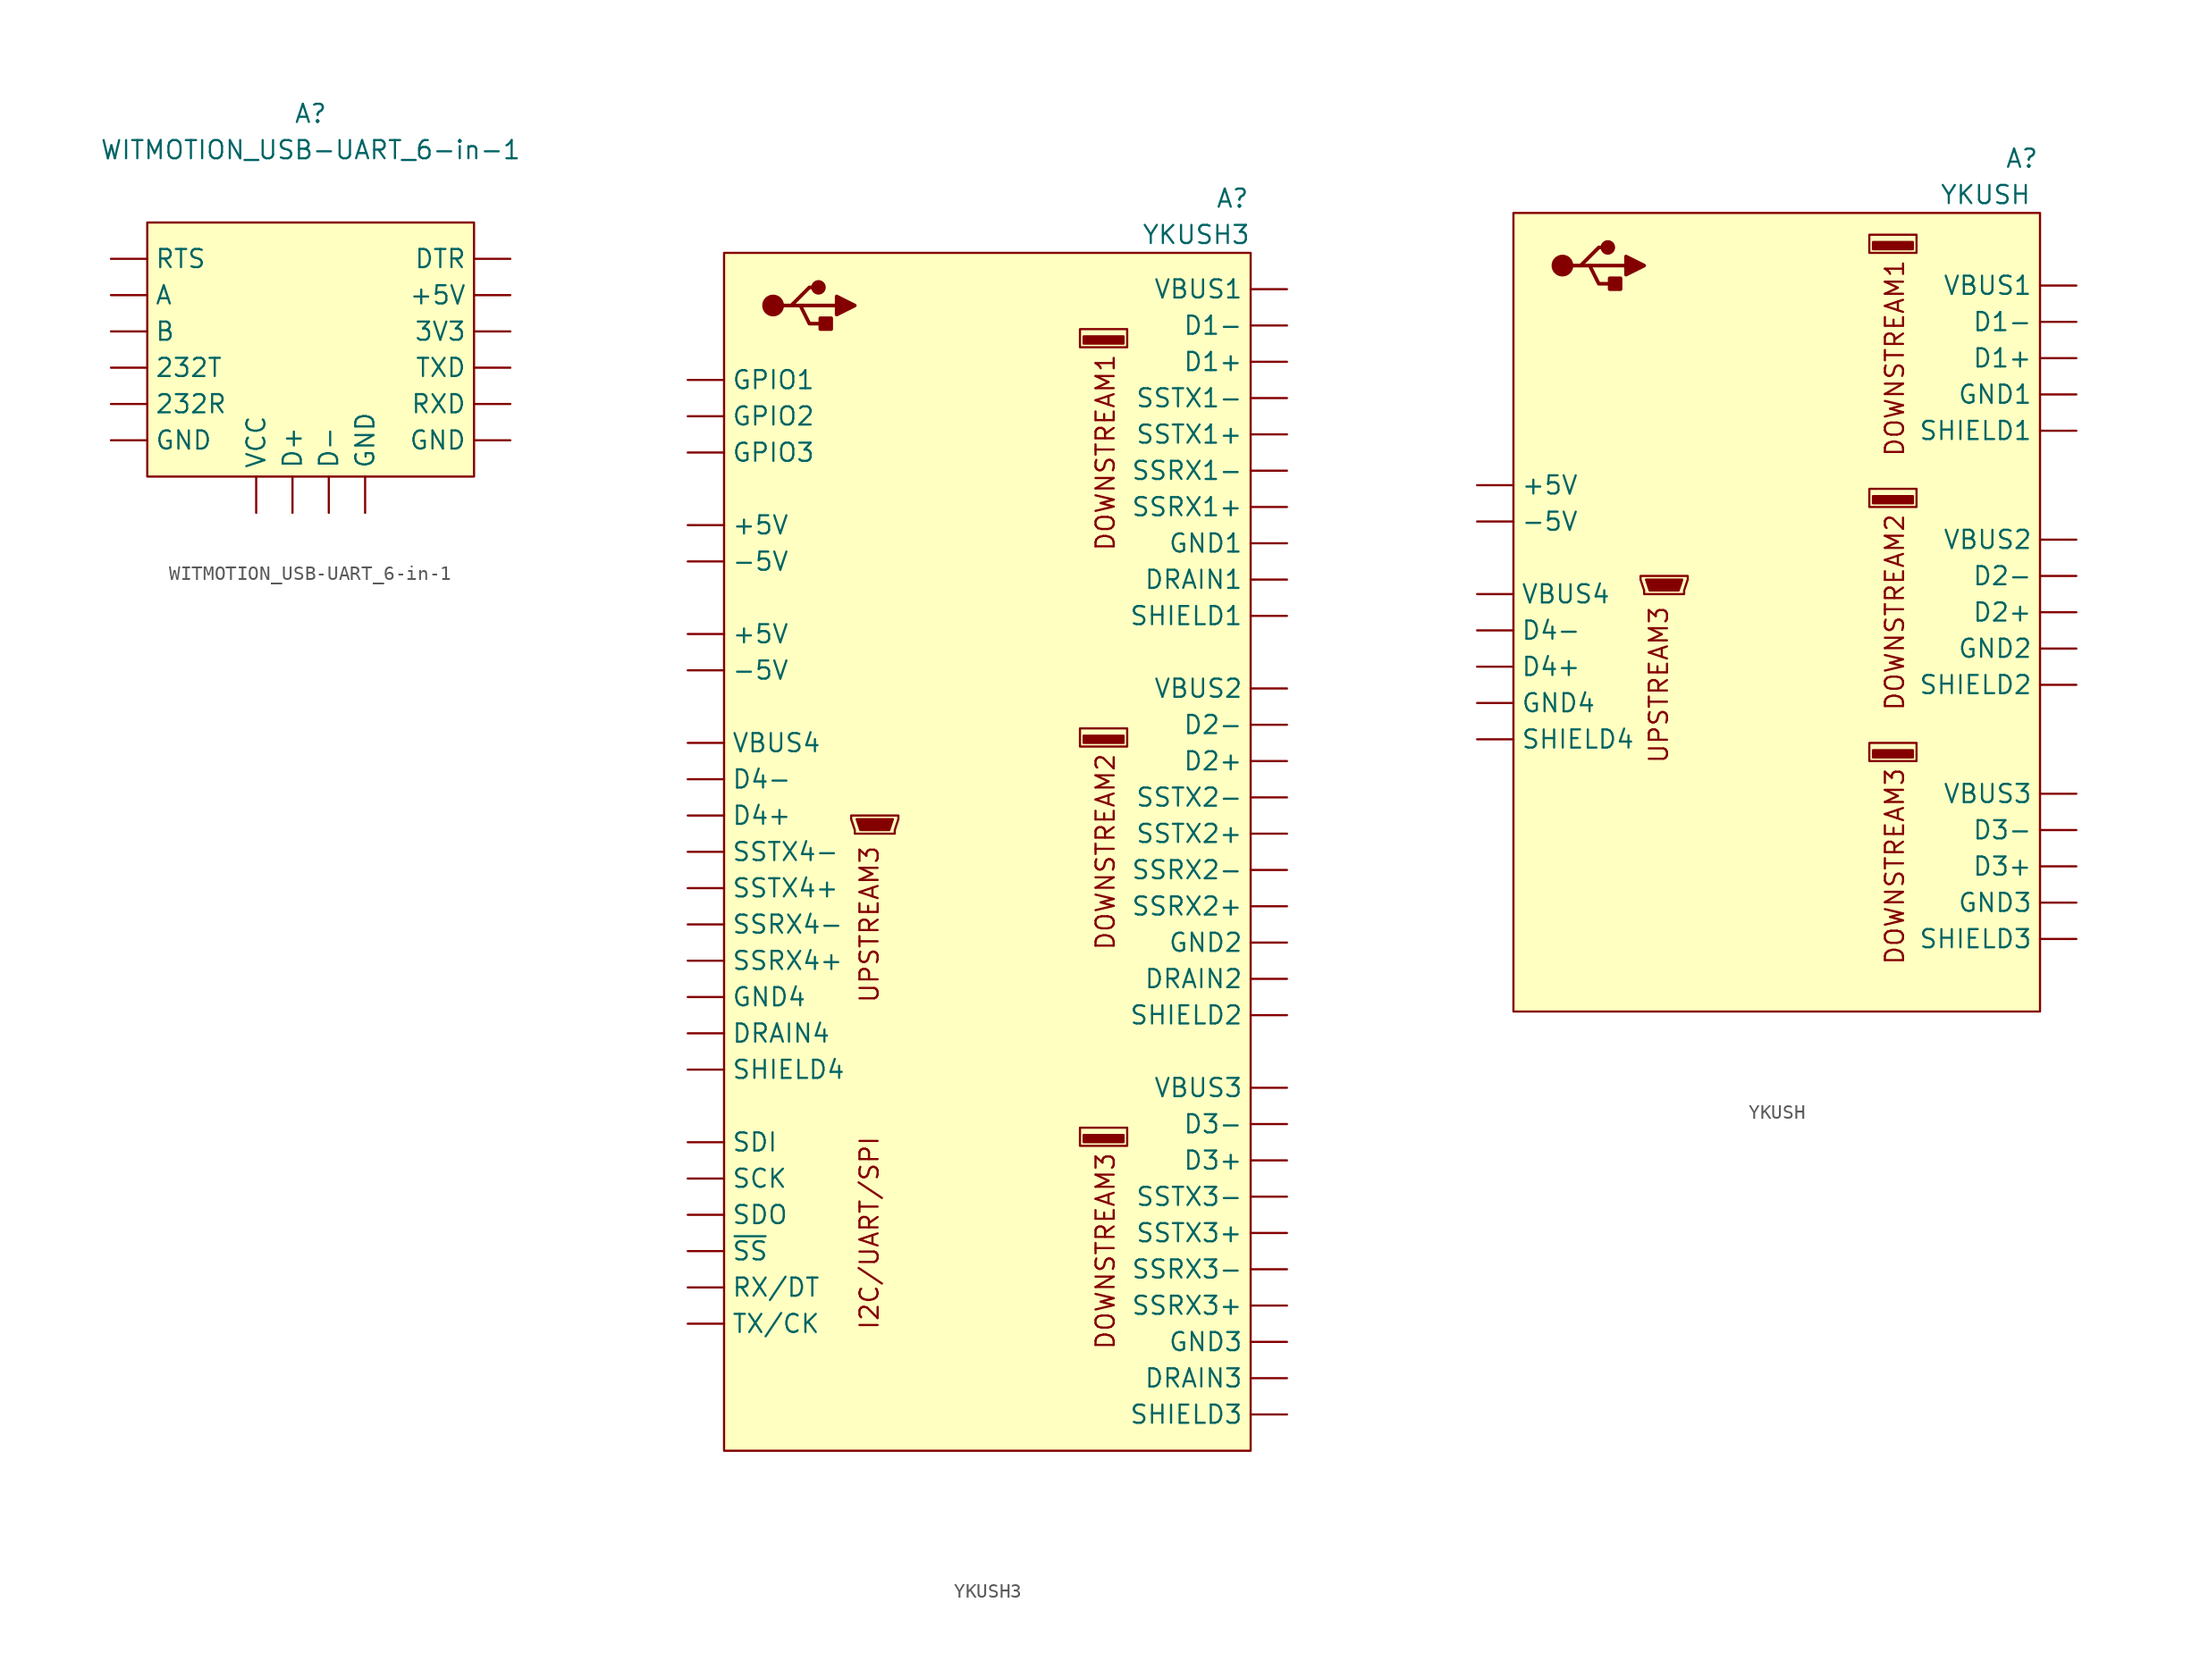
<source format=kicad_sym>
(kicad_symbol_lib
  (version 20211014)
  (generator kicad_symbol_editor)
  (symbol "WITMOTION_USB-UART_6-in-1"
    (property "Reference" "A"
      (at 0 13.97 0)
      (effects (font (size 1.27 1.27))))
    (property "Value" "WITMOTION_USB-UART_6-in-1"
      (at 0 11.43 0)
      (effects (font (size 1.27 1.27))))
    (symbol "WITMOTION_USB-UART_6-in-1_0_1"
      (rectangle (start -11.43 6.35) (end 11.43 -11.43) (stroke (width 0) (type default) (color 0 0 0 0)) (fill (type background))))
    (symbol "WITMOTION_USB-UART_6-in-1_1_1"
      (pin bidirectional line (at 13.97 1.27 180) (length 2.54) (name "+5V" (effects (font (size 1.27 1.27)))) (number "" (effects (font (size 1.27 1.27)))))
      (pin bidirectional line (at -13.97 -6.35 0) (length 2.54) (name "232R" (effects (font (size 1.27 1.27)))) (number "" (effects (font (size 1.27 1.27)))))
      (pin bidirectional line (at -13.97 -3.81 0) (length 2.54) (name "232T" (effects (font (size 1.27 1.27)))) (number "" (effects (font (size 1.27 1.27)))))
      (pin bidirectional line (at 13.97 -1.27 180) (length 2.54) (name "3V3" (effects (font (size 1.27 1.27)))) (number "" (effects (font (size 1.27 1.27)))))
      (pin bidirectional line (at -13.97 1.27 0) (length 2.54) (name "A" (effects (font (size 1.27 1.27)))) (number "" (effects (font (size 1.27 1.27)))))
      (pin bidirectional line (at -13.97 -1.27 0) (length 2.54) (name "B" (effects (font (size 1.27 1.27)))) (number "" (effects (font (size 1.27 1.27)))))
      (pin bidirectional line (at -1.27 -13.97 90) (length 2.54) (name "D+" (effects (font (size 1.27 1.27)))) (number "" (effects (font (size 1.27 1.27)))))
      (pin bidirectional line (at 1.27 -13.97 90) (length 2.54) (name "D-" (effects (font (size 1.27 1.27)))) (number "" (effects (font (size 1.27 1.27)))))
      (pin bidirectional line (at 13.97 3.81 180) (length 2.54) (name "DTR" (effects (font (size 1.27 1.27)))) (number "" (effects (font (size 1.27 1.27)))))
      (pin bidirectional line (at -13.97 -8.89 0) (length 2.54) (name "GND" (effects (font (size 1.27 1.27)))) (number "" (effects (font (size 1.27 1.27)))))
      (pin bidirectional line (at 3.81 -13.97 90) (length 2.54) (name "GND" (effects (font (size 1.27 1.27)))) (number "" (effects (font (size 1.27 1.27)))))
      (pin bidirectional line (at 13.97 -8.89 180) (length 2.54) (name "GND" (effects (font (size 1.27 1.27)))) (number "" (effects (font (size 1.27 1.27)))))
      (pin bidirectional line (at -13.97 3.81 0) (length 2.54) (name "RTS" (effects (font (size 1.27 1.27)))) (number "" (effects (font (size 1.27 1.27)))))
      (pin bidirectional line (at 13.97 -6.35 180) (length 2.54) (name "RXD" (effects (font (size 1.27 1.27)))) (number "" (effects (font (size 1.27 1.27)))))
      (pin bidirectional line (at 13.97 -3.81 180) (length 2.54) (name "TXD" (effects (font (size 1.27 1.27)))) (number "" (effects (font (size 1.27 1.27)))))
      (pin bidirectional line (at -3.81 -13.97 90) (length 2.54) (name "VCC" (effects (font (size 1.27 1.27)))) (number "" (effects (font (size 1.27 1.27)))))))
  (symbol "YKUSH3"
    (property "Reference" "A"
      (at 16.51 45.72 0)
      (effects (font (size 1.27 1.27))))
    (property "Value" "YKUSH3"
      (at 13.97 43.18 0)
      (effects (font (size 1.27 1.27))))
    (symbol "YKUSH3_0_0"
      (text "DOWNSTREAM1" (at 7.62 27.94 900) (effects (font (size 1.27 1.27))))
      (text "DOWNSTREAM2" (at 7.62 0 900) (effects (font (size 1.27 1.27))))
      (text "DOWNSTREAM3" (at 7.62 -27.94 900) (effects (font (size 1.27 1.27))))
      (text "I2C/UART/SPI" (at -8.89 -26.67 900) (effects (font (size 1.27 1.27))))
      (text "UPSTREAM3" (at -8.89 -5.08 900) (effects (font (size 1.27 1.27)))))
    (symbol "YKUSH3_0_1"
      (rectangle (start -19.05 41.91) (end 17.78 -41.91) (stroke (width 0) (type default) (color 0 0 0 0)) (fill (type background)))
      (circle (center -15.621 38.227) (radius 0.635) (stroke (width 0.254) (type default) (color 0 0 0 0)) (fill (type outline)))
      (circle (center -12.446 39.497) (radius 0.381) (stroke (width 0.254) (type default) (color 0 0 0 0)) (fill (type outline)))
      (rectangle (start -11.557 37.338) (end -12.319 36.576) (stroke (width 0.254) (type default) (color 0 0 0 0)) (fill (type outline)))
      (polyline (pts (xy -13.716 38.227) (xy -11.176 38.227)) (stroke (width 0.254) (type default) (color 0 0 0 0)) (fill (type none)))
      (polyline (pts (xy -14.986 38.227) (xy -14.351 38.227) (xy -13.081 39.497) (xy -12.446 39.497)) (stroke (width 0.254) (type default) (color 0 0 0 0)) (fill (type none)))
      (polyline (pts (xy -14.351 38.227) (xy -13.716 38.227) (xy -13.081 36.957) (xy -11.811 36.957)) (stroke (width 0.254) (type default) (color 0 0 0 0)) (fill (type none)))
      (polyline (pts (xy -11.176 38.862) (xy -11.176 37.592) (xy -9.906 38.227) (xy -11.176 38.862)) (stroke (width 0.254) (type default) (color 0 0 0 0)) (fill (type outline)))
      (polyline (pts (xy -9.779 2.286) (xy -7.239 2.286) (xy -7.493 1.524) (xy -9.525 1.524) (xy -9.779 2.286)) (stroke (width 0) (type default) (color 0 0 0 0)) (fill (type outline)))
      (polyline (pts (xy -10.16 2.54) (xy -10.16 2.286) (xy -9.906 1.524) (xy -9.906 1.27) (xy -7.112 1.27) (xy -7.112 1.524) (xy -6.858 2.286) (xy -6.858 2.54) (xy -10.16 2.54)) (stroke (width 0) (type default) (color 0 0 0 0)) (fill (type none)))
      (rectangle (start 8.89 -20.32) (end 6.096 -19.812) (stroke (width 0) (type default) (color 0 0 0 0)) (fill (type outline)))
      (rectangle (start 8.89 7.62) (end 6.096 8.128) (stroke (width 0) (type default) (color 0 0 0 0)) (fill (type outline)))
      (rectangle (start 8.89 35.56) (end 6.096 36.068) (stroke (width 0) (type default) (color 0 0 0 0)) (fill (type outline)))
      (rectangle (start 9.144 -20.574) (end 5.842 -19.304) (stroke (width 0) (type default) (color 0 0 0 0)) (fill (type none)))
      (rectangle (start 9.144 7.366) (end 5.842 8.636) (stroke (width 0) (type default) (color 0 0 0 0)) (fill (type none)))
      (rectangle (start 9.144 35.306) (end 5.842 36.576) (stroke (width 0) (type default) (color 0 0 0 0)) (fill (type none))))
    (symbol "YKUSH3_1_1"
      (pin power_in line (at -21.59 15.24 0) (length 2.54) (name "+5V" (effects (font (size 1.27 1.27)))) (number "" (effects (font (size 1.27 1.27)))))
      (pin power_out line (at -21.59 22.86 0) (length 2.54) (name "+5V" (effects (font (size 1.27 1.27)))) (number "" (effects (font (size 1.27 1.27)))))
      (pin power_in line (at -21.59 12.7 0) (length 2.54) (name "-5V" (effects (font (size 1.27 1.27)))) (number "" (effects (font (size 1.27 1.27)))))
      (pin power_out line (at -21.59 20.32 0) (length 2.54) (name "-5V" (effects (font (size 1.27 1.27)))) (number "" (effects (font (size 1.27 1.27)))))
      (pin bidirectional line (at 20.32 34.29 180) (length 2.54) (name "D1+" (effects (font (size 1.27 1.27)))) (number "" (effects (font (size 1.27 1.27)))))
      (pin bidirectional line (at 20.32 36.83 180) (length 2.54) (name "D1-" (effects (font (size 1.27 1.27)))) (number "" (effects (font (size 1.27 1.27)))))
      (pin bidirectional line (at 20.32 6.35 180) (length 2.54) (name "D2+" (effects (font (size 1.27 1.27)))) (number "" (effects (font (size 1.27 1.27)))))
      (pin bidirectional line (at 20.32 8.89 180) (length 2.54) (name "D2-" (effects (font (size 1.27 1.27)))) (number "" (effects (font (size 1.27 1.27)))))
      (pin bidirectional line (at 20.32 -21.59 180) (length 2.54) (name "D3+" (effects (font (size 1.27 1.27)))) (number "" (effects (font (size 1.27 1.27)))))
      (pin bidirectional line (at 20.32 -19.05 180) (length 2.54) (name "D3-" (effects (font (size 1.27 1.27)))) (number "" (effects (font (size 1.27 1.27)))))
      (pin bidirectional line (at -21.59 2.54 0) (length 2.54) (name "D4+" (effects (font (size 1.27 1.27)))) (number "" (effects (font (size 1.27 1.27)))))
      (pin bidirectional line (at -21.59 5.08 0) (length 2.54) (name "D4-" (effects (font (size 1.27 1.27)))) (number "" (effects (font (size 1.27 1.27)))))
      (pin passive line (at 20.32 19.05 180) (length 2.54) (name "DRAIN1" (effects (font (size 1.27 1.27)))) (number "" (effects (font (size 1.27 1.27)))))
      (pin passive line (at 20.32 -8.89 180) (length 2.54) (name "DRAIN2" (effects (font (size 1.27 1.27)))) (number "" (effects (font (size 1.27 1.27)))))
      (pin passive line (at 20.32 -36.83 180) (length 2.54) (name "DRAIN3" (effects (font (size 1.27 1.27)))) (number "" (effects (font (size 1.27 1.27)))))
      (pin passive line (at -21.59 -12.7 0) (length 2.54) (name "DRAIN4" (effects (font (size 1.27 1.27)))) (number "" (effects (font (size 1.27 1.27)))))
      (pin power_out line (at 20.32 21.59 180) (length 2.54) (name "GND1" (effects (font (size 1.27 1.27)))) (number "" (effects (font (size 1.27 1.27)))))
      (pin power_out line (at 20.32 -6.35 180) (length 2.54) (name "GND2" (effects (font (size 1.27 1.27)))) (number "" (effects (font (size 1.27 1.27)))))
      (pin power_out line (at 20.32 -34.29 180) (length 2.54) (name "GND3" (effects (font (size 1.27 1.27)))) (number "" (effects (font (size 1.27 1.27)))))
      (pin power_in line (at -21.59 -10.16 0) (length 2.54) (name "GND4" (effects (font (size 1.27 1.27)))) (number "" (effects (font (size 1.27 1.27)))))
      (pin bidirectional line (at -21.59 33.02 0) (length 2.54) (name "GPIO1" (effects (font (size 1.27 1.27)))) (number "" (effects (font (size 1.27 1.27)))))
      (pin bidirectional line (at -21.59 30.48 0) (length 2.54) (name "GPIO2" (effects (font (size 1.27 1.27)))) (number "" (effects (font (size 1.27 1.27)))))
      (pin bidirectional line (at -21.59 27.94 0) (length 2.54) (name "GPIO3" (effects (font (size 1.27 1.27)))) (number "" (effects (font (size 1.27 1.27)))))
      (pin bidirectional line (at -21.59 -30.48 0) (length 2.54) (name "RX/DT" (effects (font (size 1.27 1.27)))) (number "" (effects (font (size 1.27 1.27)))))
      (pin bidirectional line (at -21.59 -22.86 0) (length 2.54) (name "SCK" (effects (font (size 1.27 1.27)))) (number "" (effects (font (size 1.27 1.27)))))
      (pin bidirectional line (at -21.59 -20.32 0) (length 2.54) (name "SDI" (effects (font (size 1.27 1.27)))) (number "" (effects (font (size 1.27 1.27)))))
      (pin bidirectional line (at -21.59 -25.4 0) (length 2.54) (name "SDO" (effects (font (size 1.27 1.27)))) (number "" (effects (font (size 1.27 1.27)))))
      (pin passive line (at 20.32 16.51 180) (length 2.54) (name "SHIELD1" (effects (font (size 1.27 1.27)))) (number "" (effects (font (size 1.27 1.27)))))
      (pin passive line (at 20.32 -11.43 180) (length 2.54) (name "SHIELD2" (effects (font (size 1.27 1.27)))) (number "" (effects (font (size 1.27 1.27)))))
      (pin passive line (at 20.32 -39.37 180) (length 2.54) (name "SHIELD3" (effects (font (size 1.27 1.27)))) (number "" (effects (font (size 1.27 1.27)))))
      (pin passive line (at -21.59 -15.24 0) (length 2.54) (name "SHIELD4" (effects (font (size 1.27 1.27)))) (number "" (effects (font (size 1.27 1.27)))))
      (pin input line (at 20.32 24.13 180) (length 2.54) (name "SSRX1+" (effects (font (size 1.27 1.27)))) (number "" (effects (font (size 1.27 1.27)))))
      (pin input line (at 20.32 26.67 180) (length 2.54) (name "SSRX1-" (effects (font (size 1.27 1.27)))) (number "" (effects (font (size 1.27 1.27)))))
      (pin input line (at 20.32 -3.81 180) (length 2.54) (name "SSRX2+" (effects (font (size 1.27 1.27)))) (number "" (effects (font (size 1.27 1.27)))))
      (pin input line (at 20.32 -1.27 180) (length 2.54) (name "SSRX2-" (effects (font (size 1.27 1.27)))) (number "" (effects (font (size 1.27 1.27)))))
      (pin input line (at 20.32 -31.75 180) (length 2.54) (name "SSRX3+" (effects (font (size 1.27 1.27)))) (number "" (effects (font (size 1.27 1.27)))))
      (pin input line (at 20.32 -29.21 180) (length 2.54) (name "SSRX3-" (effects (font (size 1.27 1.27)))) (number "" (effects (font (size 1.27 1.27)))))
      (pin input line (at -21.59 -7.62 0) (length 2.54) (name "SSRX4+" (effects (font (size 1.27 1.27)))) (number "" (effects (font (size 1.27 1.27)))))
      (pin input line (at -21.59 -5.08 0) (length 2.54) (name "SSRX4-" (effects (font (size 1.27 1.27)))) (number "" (effects (font (size 1.27 1.27)))))
      (pin output line (at 20.32 29.21 180) (length 2.54) (name "SSTX1+" (effects (font (size 1.27 1.27)))) (number "" (effects (font (size 1.27 1.27)))))
      (pin output line (at 20.32 31.75 180) (length 2.54) (name "SSTX1-" (effects (font (size 1.27 1.27)))) (number "" (effects (font (size 1.27 1.27)))))
      (pin output line (at 20.32 1.27 180) (length 2.54) (name "SSTX2+" (effects (font (size 1.27 1.27)))) (number "" (effects (font (size 1.27 1.27)))))
      (pin output line (at 20.32 3.81 180) (length 2.54) (name "SSTX2-" (effects (font (size 1.27 1.27)))) (number "" (effects (font (size 1.27 1.27)))))
      (pin output line (at 20.32 -26.67 180) (length 2.54) (name "SSTX3+" (effects (font (size 1.27 1.27)))) (number "" (effects (font (size 1.27 1.27)))))
      (pin output line (at 20.32 -24.13 180) (length 2.54) (name "SSTX3-" (effects (font (size 1.27 1.27)))) (number "" (effects (font (size 1.27 1.27)))))
      (pin output line (at -21.59 -2.54 0) (length 2.54) (name "SSTX4+" (effects (font (size 1.27 1.27)))) (number "" (effects (font (size 1.27 1.27)))))
      (pin output line (at -21.59 0 0) (length 2.54) (name "SSTX4-" (effects (font (size 1.27 1.27)))) (number "" (effects (font (size 1.27 1.27)))))
      (pin bidirectional line (at -21.59 -33.02 0) (length 2.54) (name "TX/CK" (effects (font (size 1.27 1.27)))) (number "" (effects (font (size 1.27 1.27)))))
      (pin power_out line (at 20.32 39.37 180) (length 2.54) (name "VBUS1" (effects (font (size 1.27 1.27)))) (number "" (effects (font (size 1.27 1.27)))))
      (pin power_out line (at 20.32 11.43 180) (length 2.54) (name "VBUS2" (effects (font (size 1.27 1.27)))) (number "" (effects (font (size 1.27 1.27)))))
      (pin power_out line (at 20.32 -16.51 180) (length 2.54) (name "VBUS3" (effects (font (size 1.27 1.27)))) (number "" (effects (font (size 1.27 1.27)))))
      (pin power_in line (at -21.59 7.62 0) (length 2.54) (name "VBUS4" (effects (font (size 1.27 1.27)))) (number "" (effects (font (size 1.27 1.27)))))
      (pin bidirectional line (at -21.59 -27.94 0) (length 2.54) (name "~{SS}" (effects (font (size 1.27 1.27)))) (number "" (effects (font (size 1.27 1.27)))))))
  (symbol "YKUSH"
    (property "Reference" "A"
      (at 16.51 31.75 0)
      (effects (font (size 1.27 1.27))))
    (property "Value" "YKUSH"
      (at 13.97 29.21 0)
      (effects (font (size 1.27 1.27))))
    (symbol "YKUSH_0_0"
      (text "DOWNSTREAM1" (at 7.62 17.78 900) (effects (font (size 1.27 1.27))))
      (text "DOWNSTREAM2" (at 7.62 0 900) (effects (font (size 1.27 1.27))))
      (text "DOWNSTREAM3" (at 7.62 -17.78 900) (effects (font (size 1.27 1.27))))
      (text "UPSTREAM3" (at -8.89 -5.08 900) (effects (font (size 1.27 1.27)))))
    (symbol "YKUSH_0_1"
      (rectangle (start -19.05 27.94) (end 17.78 -27.94) (stroke (width 0) (type default) (color 0 0 0 0)) (fill (type background)))
      (circle (center -15.621 24.257) (radius 0.635) (stroke (width 0.254) (type default) (color 0 0 0 0)) (fill (type outline)))
      (circle (center -12.446 25.527) (radius 0.381) (stroke (width 0.254) (type default) (color 0 0 0 0)) (fill (type outline)))
      (rectangle (start -11.557 23.368) (end -12.319 22.606) (stroke (width 0.254) (type default) (color 0 0 0 0)) (fill (type outline)))
      (polyline (pts (xy -13.716 24.257) (xy -11.176 24.257)) (stroke (width 0.254) (type default) (color 0 0 0 0)) (fill (type none)))
      (polyline (pts (xy -14.986 24.257) (xy -14.351 24.257) (xy -13.081 25.527) (xy -12.446 25.527)) (stroke (width 0.254) (type default) (color 0 0 0 0)) (fill (type none)))
      (polyline (pts (xy -14.351 24.257) (xy -13.716 24.257) (xy -13.081 22.987) (xy -11.811 22.987)) (stroke (width 0.254) (type default) (color 0 0 0 0)) (fill (type none)))
      (polyline (pts (xy -11.176 24.892) (xy -11.176 23.622) (xy -9.906 24.257) (xy -11.176 24.892)) (stroke (width 0.254) (type default) (color 0 0 0 0)) (fill (type outline)))
      (polyline (pts (xy -9.779 2.286) (xy -7.239 2.286) (xy -7.493 1.524) (xy -9.525 1.524) (xy -9.779 2.286)) (stroke (width 0) (type default) (color 0 0 0 0)) (fill (type outline)))
      (polyline (pts (xy -10.16 2.54) (xy -10.16 2.286) (xy -9.906 1.524) (xy -9.906 1.27) (xy -7.112 1.27) (xy -7.112 1.524) (xy -6.858 2.286) (xy -6.858 2.54) (xy -10.16 2.54)) (stroke (width 0) (type default) (color 0 0 0 0)) (fill (type none)))
      (rectangle (start 8.89 -10.16) (end 6.096 -9.652) (stroke (width 0) (type default) (color 0 0 0 0)) (fill (type outline)))
      (rectangle (start 8.89 7.62) (end 6.096 8.128) (stroke (width 0) (type default) (color 0 0 0 0)) (fill (type outline)))
      (rectangle (start 8.89 25.4) (end 6.096 25.908) (stroke (width 0) (type default) (color 0 0 0 0)) (fill (type outline)))
      (rectangle (start 9.144 -10.414) (end 5.842 -9.144) (stroke (width 0) (type default) (color 0 0 0 0)) (fill (type none)))
      (rectangle (start 9.144 7.366) (end 5.842 8.636) (stroke (width 0) (type default) (color 0 0 0 0)) (fill (type none)))
      (rectangle (start 9.144 25.146) (end 5.842 26.416) (stroke (width 0) (type default) (color 0 0 0 0)) (fill (type none))))
    (symbol "YKUSH_1_1"
      (pin power_in line (at -21.59 8.89 0) (length 2.54) (name "+5V" (effects (font (size 1.27 1.27)))) (number "" (effects (font (size 1.27 1.27)))))
      (pin power_in line (at -21.59 6.35 0) (length 2.54) (name "-5V" (effects (font (size 1.27 1.27)))) (number "" (effects (font (size 1.27 1.27)))))
      (pin bidirectional line (at 20.32 17.78 180) (length 2.54) (name "D1+" (effects (font (size 1.27 1.27)))) (number "" (effects (font (size 1.27 1.27)))))
      (pin bidirectional line (at 20.32 20.32 180) (length 2.54) (name "D1-" (effects (font (size 1.27 1.27)))) (number "" (effects (font (size 1.27 1.27)))))
      (pin bidirectional line (at 20.32 0 180) (length 2.54) (name "D2+" (effects (font (size 1.27 1.27)))) (number "" (effects (font (size 1.27 1.27)))))
      (pin bidirectional line (at 20.32 2.54 180) (length 2.54) (name "D2-" (effects (font (size 1.27 1.27)))) (number "" (effects (font (size 1.27 1.27)))))
      (pin bidirectional line (at 20.32 -17.78 180) (length 2.54) (name "D3+" (effects (font (size 1.27 1.27)))) (number "" (effects (font (size 1.27 1.27)))))
      (pin bidirectional line (at 20.32 -15.24 180) (length 2.54) (name "D3-" (effects (font (size 1.27 1.27)))) (number "" (effects (font (size 1.27 1.27)))))
      (pin bidirectional line (at -21.59 -3.81 0) (length 2.54) (name "D4+" (effects (font (size 1.27 1.27)))) (number "" (effects (font (size 1.27 1.27)))))
      (pin bidirectional line (at -21.59 -1.27 0) (length 2.54) (name "D4-" (effects (font (size 1.27 1.27)))) (number "" (effects (font (size 1.27 1.27)))))
      (pin power_out line (at 20.32 15.24 180) (length 2.54) (name "GND1" (effects (font (size 1.27 1.27)))) (number "" (effects (font (size 1.27 1.27)))))
      (pin power_out line (at 20.32 -2.54 180) (length 2.54) (name "GND2" (effects (font (size 1.27 1.27)))) (number "" (effects (font (size 1.27 1.27)))))
      (pin power_out line (at 20.32 -20.32 180) (length 2.54) (name "GND3" (effects (font (size 1.27 1.27)))) (number "" (effects (font (size 1.27 1.27)))))
      (pin power_in line (at -21.59 -6.35 0) (length 2.54) (name "GND4" (effects (font (size 1.27 1.27)))) (number "" (effects (font (size 1.27 1.27)))))
      (pin passive line (at 20.32 12.7 180) (length 2.54) (name "SHIELD1" (effects (font (size 1.27 1.27)))) (number "" (effects (font (size 1.27 1.27)))))
      (pin passive line (at 20.32 -5.08 180) (length 2.54) (name "SHIELD2" (effects (font (size 1.27 1.27)))) (number "" (effects (font (size 1.27 1.27)))))
      (pin passive line (at 20.32 -22.86 180) (length 2.54) (name "SHIELD3" (effects (font (size 1.27 1.27)))) (number "" (effects (font (size 1.27 1.27)))))
      (pin passive line (at -21.59 -8.89 0) (length 2.54) (name "SHIELD4" (effects (font (size 1.27 1.27)))) (number "" (effects (font (size 1.27 1.27)))))
      (pin power_out line (at 20.32 22.86 180) (length 2.54) (name "VBUS1" (effects (font (size 1.27 1.27)))) (number "" (effects (font (size 1.27 1.27)))))
      (pin power_out line (at 20.32 5.08 180) (length 2.54) (name "VBUS2" (effects (font (size 1.27 1.27)))) (number "" (effects (font (size 1.27 1.27)))))
      (pin power_out line (at 20.32 -12.7 180) (length 2.54) (name "VBUS3" (effects (font (size 1.27 1.27)))) (number "" (effects (font (size 1.27 1.27)))))
      (pin power_in line (at -21.59 1.27 0) (length 2.54) (name "VBUS4" (effects (font (size 1.27 1.27)))) (number "" (effects (font (size 1.27 1.27))))))))
</source>
